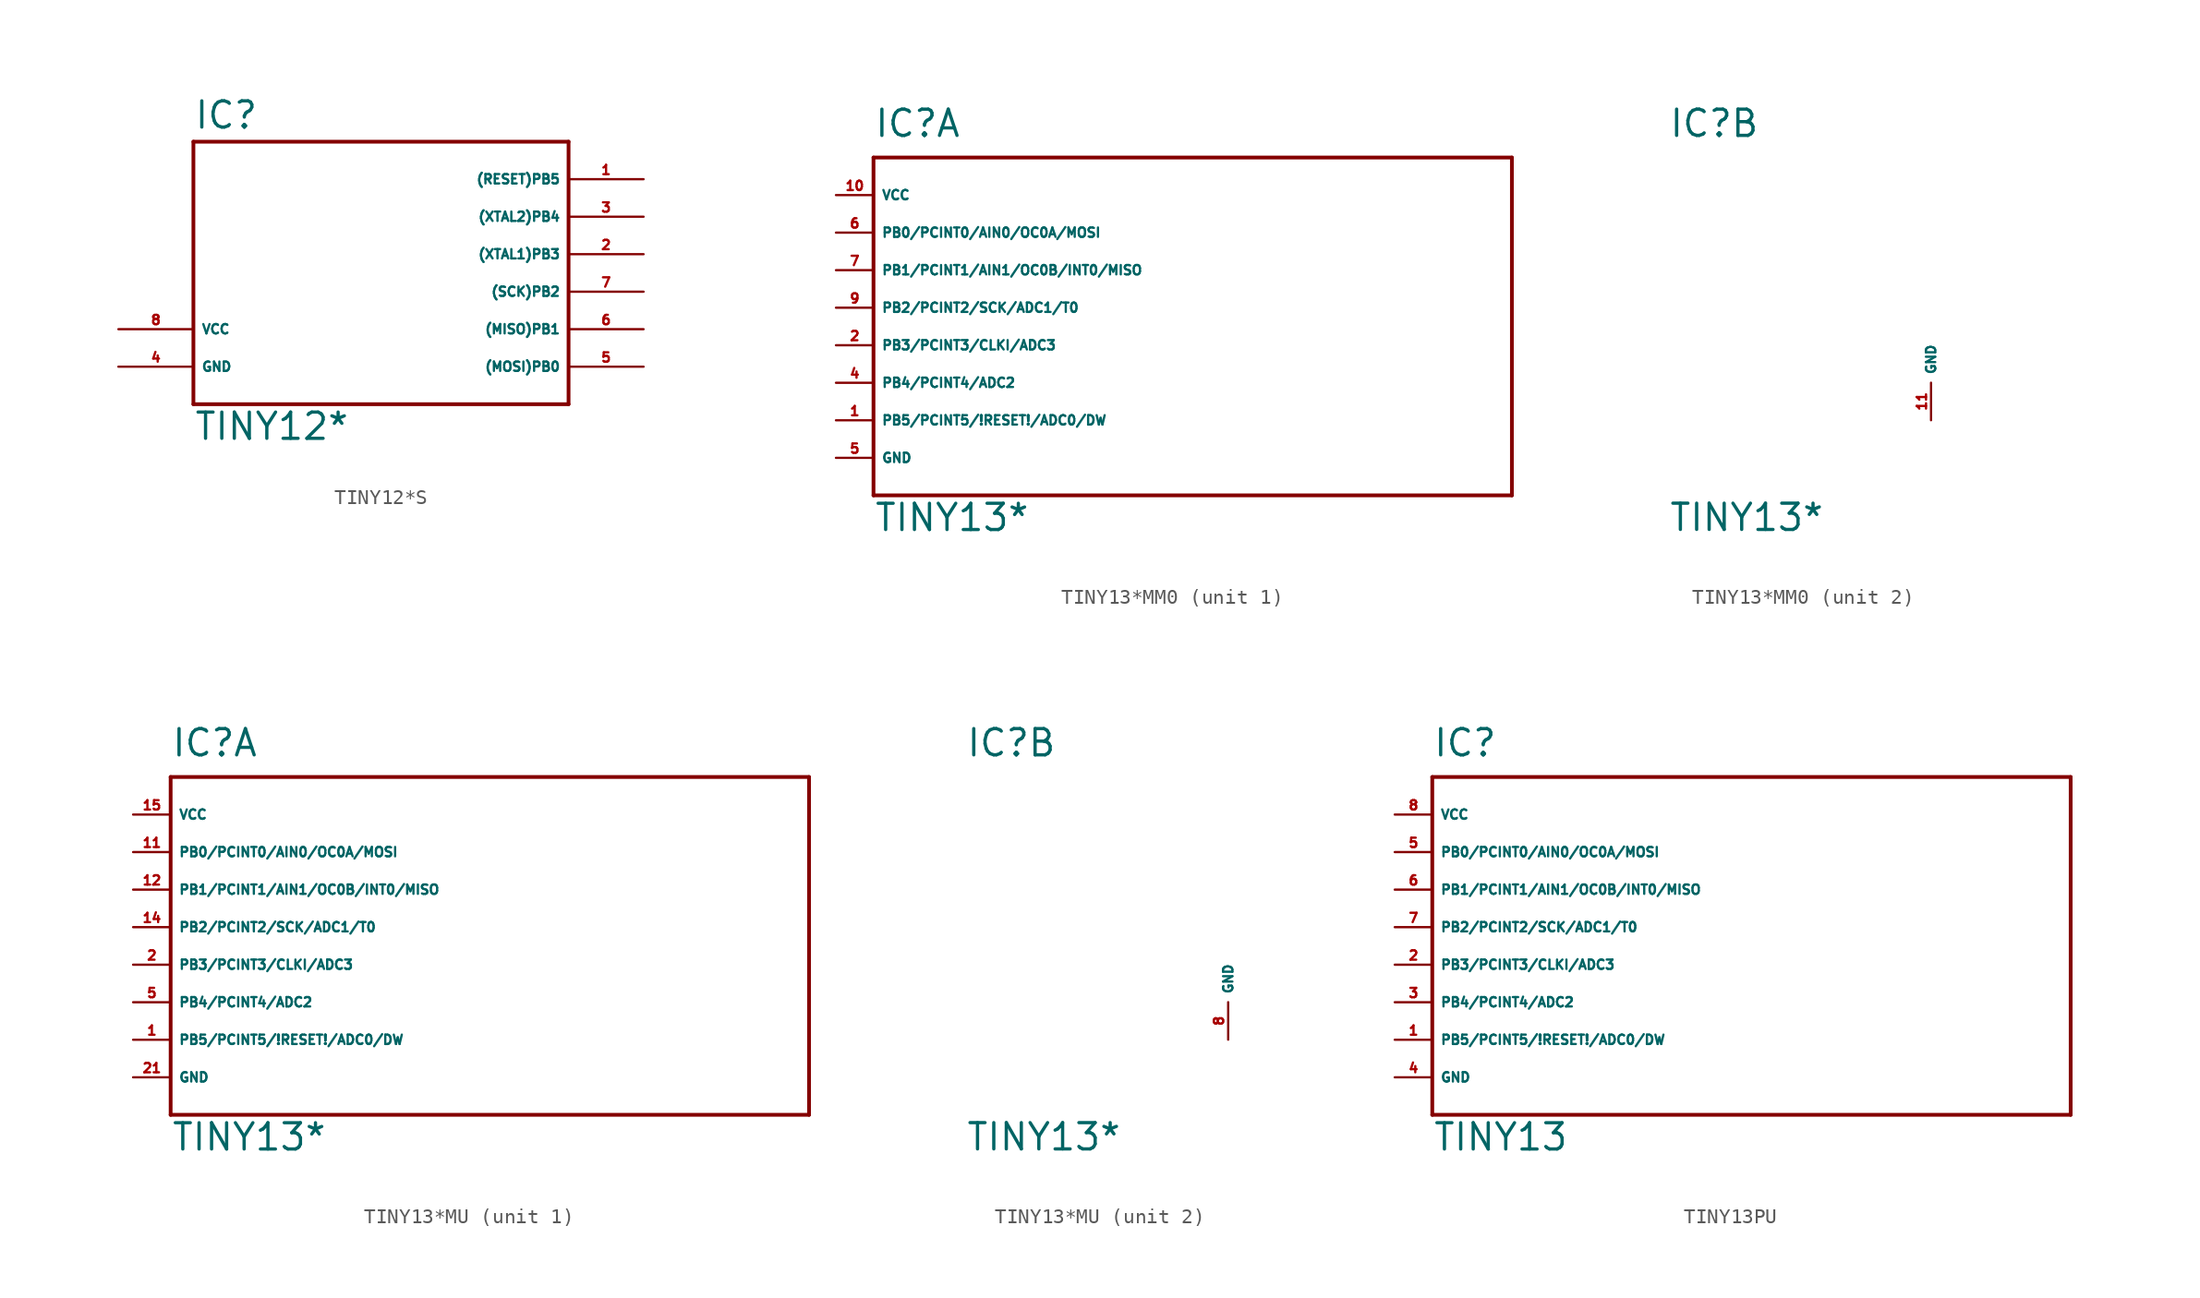
<source format=kicad_sym>
(kicad_symbol_lib
  (version 20220914)
  (generator Eagle2Kicad)
  (symbol "TINY12*S"
    (property "Reference" "IC"
      (at -12.7 8.382 0)
      (effects (font (size 1.778 1.778) (thickness 0.22)) (justify left bottom)))
    (property "Value" "TINY12*"
      (at -12.7 -12.7 0)
      (effects (font (size 1.778 1.778) (thickness 0.22)) (justify left bottom)))
    (polyline
      (pts (xy 12.7 -10.16) (xy -12.7 -10.16))
      (stroke (width 0.254) (type default))
      (fill (type none)))
    (polyline
      (pts (xy -12.7 -10.16) (xy -12.7 7.62))
      (stroke (width 0.254) (type default))
      (fill (type none)))
    (polyline
      (pts (xy -12.7 7.62) (xy 12.7 7.62))
      (stroke (width 0.254) (type default))
      (fill (type none)))
    (polyline
      (pts (xy 12.7 7.62) (xy 12.7 -10.16))
      (stroke (width 0.254) (type default))
      (fill (type none)))
    (pin bidirectional line
      (at 17.78 2.54 180)
      (length 5.08)
      (name "(XTAL2)PB4" (effects (font (size 0.635 0.635) (thickness 0.08)) (justify left bottom)))
      (number "3" (effects (font (size 0.635 0.635) (thickness 0.08)) (justify left bottom))))
    (pin bidirectional line
      (at 17.78 0 180)
      (length 5.08)
      (name "(XTAL1)PB3" (effects (font (size 0.635 0.635) (thickness 0.08)) (justify left bottom)))
      (number "2" (effects (font (size 0.635 0.635) (thickness 0.08)) (justify left bottom))))
    (pin bidirectional line
      (at 17.78 5.08 180)
      (length 5.08)
      (name "(RESET)PB5" (effects (font (size 0.635 0.635) (thickness 0.08)) (justify left bottom)))
      (number "1" (effects (font (size 0.635 0.635) (thickness 0.08)) (justify left bottom))))
    (pin bidirectional line
      (at 17.78 -2.54 180)
      (length 5.08)
      (name "(SCK)PB2" (effects (font (size 0.635 0.635) (thickness 0.08)) (justify left bottom)))
      (number "7" (effects (font (size 0.635 0.635) (thickness 0.08)) (justify left bottom))))
    (pin bidirectional line
      (at 17.78 -5.08 180)
      (length 5.08)
      (name "(MISO)PB1" (effects (font (size 0.635 0.635) (thickness 0.08)) (justify left bottom)))
      (number "6" (effects (font (size 0.635 0.635) (thickness 0.08)) (justify left bottom))))
    (pin bidirectional line
      (at 17.78 -7.62 180)
      (length 5.08)
      (name "(MOSI)PB0" (effects (font (size 0.635 0.635) (thickness 0.08)) (justify left bottom)))
      (number "5" (effects (font (size 0.635 0.635) (thickness 0.08)) (justify left bottom))))
    (pin unspecified line
      (at -17.78 -5.08 0)
      (length 5.08)
      (name "VCC" (effects (font (size 0.635 0.635) (thickness 0.08)) (justify left bottom)))
      (number "8" (effects (font (size 0.635 0.635) (thickness 0.08)) (justify left bottom))))
    (pin unspecified line
      (at -17.78 -7.62 0)
      (length 5.08)
      (name "GND" (effects (font (size 0.635 0.635) (thickness 0.08)) (justify left bottom)))
      (number "4" (effects (font (size 0.635 0.635) (thickness 0.08)) (justify left bottom)))))
  (symbol "TINY13*MM0"
    (property "Reference" "IC"
      (at -17.78 16.51 0)
      (effects (font (size 1.778 1.778) (thickness 0.22)) (justify left bottom)))
    (property "Value" "TINY13*"
      (at -17.78 -10.16 0)
      (effects (font (size 1.778 1.778) (thickness 0.22)) (justify left bottom)))
    (symbol "TINY13*MM0_1_0"
      (polyline (pts (xy -17.78 15.24) (xy 25.4 15.24)) (stroke (width 0.254) (type default)) (fill (type none)))
      (polyline (pts (xy 25.4 15.24) (xy 25.4 -7.62)) (stroke (width 0.254) (type default)) (fill (type none)))
      (polyline (pts (xy 25.4 -7.62) (xy -17.78 -7.62)) (stroke (width 0.254) (type default)) (fill (type none)))
      (polyline (pts (xy -17.78 -7.62) (xy -17.78 15.24)) (stroke (width 0.254) (type default)) (fill (type none)))
      (pin bidirectional line (at -20.32 -2.54 0) (length 2.54) (name "PB5/PCINT5/!RESET!/ADC0/DW" (effects (font (size 0.635 0.635) (thickness 0.08)) (justify left bottom))) (number "1" (effects (font (size 0.635 0.635) (thickness 0.08)) (justify left bottom))))
      (pin bidirectional line (at -20.32 2.54 0) (length 2.54) (name "PB3/PCINT3/CLKI/ADC3" (effects (font (size 0.635 0.635) (thickness 0.08)) (justify left bottom))) (number "2" (effects (font (size 0.635 0.635) (thickness 0.08)) (justify left bottom))))
      (pin bidirectional line (at -20.32 0 0) (length 2.54) (name "PB4/PCINT4/ADC2" (effects (font (size 0.635 0.635) (thickness 0.08)) (justify left bottom))) (number "4" (effects (font (size 0.635 0.635) (thickness 0.08)) (justify left bottom))))
      (pin bidirectional line (at -20.32 10.16 0) (length 2.54) (name "PB0/PCINT0/AIN0/OC0A/MOSI" (effects (font (size 0.635 0.635) (thickness 0.08)) (justify left bottom))) (number "6" (effects (font (size 0.635 0.635) (thickness 0.08)) (justify left bottom))))
      (pin bidirectional line (at -20.32 7.62 0) (length 2.54) (name "PB1/PCINT1/AIN1/OC0B/INT0/MISO" (effects (font (size 0.635 0.635) (thickness 0.08)) (justify left bottom))) (number "7" (effects (font (size 0.635 0.635) (thickness 0.08)) (justify left bottom))))
      (pin bidirectional line (at -20.32 5.08 0) (length 2.54) (name "PB2/PCINT2/SCK/ADC1/T0" (effects (font (size 0.635 0.635) (thickness 0.08)) (justify left bottom))) (number "9" (effects (font (size 0.635 0.635) (thickness 0.08)) (justify left bottom))))
      (pin unspecified line (at -20.32 12.7 0) (length 2.54) (name "VCC" (effects (font (size 0.635 0.635) (thickness 0.08)) (justify left bottom))) (number "10" (effects (font (size 0.635 0.635) (thickness 0.08)) (justify left bottom))))
      (pin unspecified line (at -20.32 -5.08 0) (length 2.54) (name "GND" (effects (font (size 0.635 0.635) (thickness 0.08)) (justify left bottom))) (number "5" (effects (font (size 0.635 0.635) (thickness 0.08)) (justify left bottom)))))
    (symbol "TINY13*MM0_2_0"
      (pin unspecified line (at 0 -2.54 90) (length 2.54) (name "GND" (effects (font (size 0.635 0.635) (thickness 0.08)) (justify left bottom))) (number "11" (effects (font (size 0.635 0.635) (thickness 0.08)) (justify left bottom))))))
  (symbol "TINY13*MU"
    (property "Reference" "IC"
      (at -17.78 16.51 0)
      (effects (font (size 1.778 1.778) (thickness 0.22)) (justify left bottom)))
    (property "Value" "TINY13*"
      (at -17.78 -10.16 0)
      (effects (font (size 1.778 1.778) (thickness 0.22)) (justify left bottom)))
    (symbol "TINY13*MU_1_0"
      (polyline (pts (xy -17.78 15.24) (xy 25.4 15.24)) (stroke (width 0.254) (type default)) (fill (type none)))
      (polyline (pts (xy 25.4 15.24) (xy 25.4 -7.62)) (stroke (width 0.254) (type default)) (fill (type none)))
      (polyline (pts (xy 25.4 -7.62) (xy -17.78 -7.62)) (stroke (width 0.254) (type default)) (fill (type none)))
      (polyline (pts (xy -17.78 -7.62) (xy -17.78 15.24)) (stroke (width 0.254) (type default)) (fill (type none)))
      (pin bidirectional line (at -20.32 -2.54 0) (length 2.54) (name "PB5/PCINT5/!RESET!/ADC0/DW" (effects (font (size 0.635 0.635) (thickness 0.08)) (justify left bottom))) (number "1" (effects (font (size 0.635 0.635) (thickness 0.08)) (justify left bottom))))
      (pin bidirectional line (at -20.32 2.54 0) (length 2.54) (name "PB3/PCINT3/CLKI/ADC3" (effects (font (size 0.635 0.635) (thickness 0.08)) (justify left bottom))) (number "2" (effects (font (size 0.635 0.635) (thickness 0.08)) (justify left bottom))))
      (pin bidirectional line (at -20.32 0 0) (length 2.54) (name "PB4/PCINT4/ADC2" (effects (font (size 0.635 0.635) (thickness 0.08)) (justify left bottom))) (number "5" (effects (font (size 0.635 0.635) (thickness 0.08)) (justify left bottom))))
      (pin bidirectional line (at -20.32 10.16 0) (length 2.54) (name "PB0/PCINT0/AIN0/OC0A/MOSI" (effects (font (size 0.635 0.635) (thickness 0.08)) (justify left bottom))) (number "11" (effects (font (size 0.635 0.635) (thickness 0.08)) (justify left bottom))))
      (pin bidirectional line (at -20.32 7.62 0) (length 2.54) (name "PB1/PCINT1/AIN1/OC0B/INT0/MISO" (effects (font (size 0.635 0.635) (thickness 0.08)) (justify left bottom))) (number "12" (effects (font (size 0.635 0.635) (thickness 0.08)) (justify left bottom))))
      (pin bidirectional line (at -20.32 5.08 0) (length 2.54) (name "PB2/PCINT2/SCK/ADC1/T0" (effects (font (size 0.635 0.635) (thickness 0.08)) (justify left bottom))) (number "14" (effects (font (size 0.635 0.635) (thickness 0.08)) (justify left bottom))))
      (pin unspecified line (at -20.32 12.7 0) (length 2.54) (name "VCC" (effects (font (size 0.635 0.635) (thickness 0.08)) (justify left bottom))) (number "15" (effects (font (size 0.635 0.635) (thickness 0.08)) (justify left bottom))))
      (pin unspecified line (at -20.32 -5.08 0) (length 2.54) (name "GND" (effects (font (size 0.635 0.635) (thickness 0.08)) (justify left bottom))) (number "21" (effects (font (size 0.635 0.635) (thickness 0.08)) (justify left bottom)))))
    (symbol "TINY13*MU_2_0"
      (pin unspecified line (at 0 -2.54 90) (length 2.54) (name "GND" (effects (font (size 0.635 0.635) (thickness 0.08)) (justify left bottom))) (number "8" (effects (font (size 0.635 0.635) (thickness 0.08)) (justify left bottom))))))
  (symbol "TINY13PU"
    (property "Reference" "IC"
      (at -17.78 16.51 0)
      (effects (font (size 1.778 1.778) (thickness 0.22)) (justify left bottom)))
    (property "Value" "TINY13"
      (at -17.78 -10.16 0)
      (effects (font (size 1.778 1.778) (thickness 0.22)) (justify left bottom)))
    (polyline
      (pts (xy -17.78 15.24) (xy 25.4 15.24))
      (stroke (width 0.254) (type default))
      (fill (type none)))
    (polyline
      (pts (xy 25.4 15.24) (xy 25.4 -7.62))
      (stroke (width 0.254) (type default))
      (fill (type none)))
    (polyline
      (pts (xy 25.4 -7.62) (xy -17.78 -7.62))
      (stroke (width 0.254) (type default))
      (fill (type none)))
    (polyline
      (pts (xy -17.78 -7.62) (xy -17.78 15.24))
      (stroke (width 0.254) (type default))
      (fill (type none)))
    (pin bidirectional line
      (at -20.32 -2.54 0)
      (length 2.54)
      (name "PB5/PCINT5/!RESET!/ADC0/DW" (effects (font (size 0.635 0.635) (thickness 0.08)) (justify left bottom)))
      (number "1" (effects (font (size 0.635 0.635) (thickness 0.08)) (justify left bottom))))
    (pin bidirectional line
      (at -20.32 2.54 0)
      (length 2.54)
      (name "PB3/PCINT3/CLKI/ADC3" (effects (font (size 0.635 0.635) (thickness 0.08)) (justify left bottom)))
      (number "2" (effects (font (size 0.635 0.635) (thickness 0.08)) (justify left bottom))))
    (pin bidirectional line
      (at -20.32 0 0)
      (length 2.54)
      (name "PB4/PCINT4/ADC2" (effects (font (size 0.635 0.635) (thickness 0.08)) (justify left bottom)))
      (number "3" (effects (font (size 0.635 0.635) (thickness 0.08)) (justify left bottom))))
    (pin bidirectional line
      (at -20.32 10.16 0)
      (length 2.54)
      (name "PB0/PCINT0/AIN0/OC0A/MOSI" (effects (font (size 0.635 0.635) (thickness 0.08)) (justify left bottom)))
      (number "5" (effects (font (size 0.635 0.635) (thickness 0.08)) (justify left bottom))))
    (pin bidirectional line
      (at -20.32 7.62 0)
      (length 2.54)
      (name "PB1/PCINT1/AIN1/OC0B/INT0/MISO" (effects (font (size 0.635 0.635) (thickness 0.08)) (justify left bottom)))
      (number "6" (effects (font (size 0.635 0.635) (thickness 0.08)) (justify left bottom))))
    (pin bidirectional line
      (at -20.32 5.08 0)
      (length 2.54)
      (name "PB2/PCINT2/SCK/ADC1/T0" (effects (font (size 0.635 0.635) (thickness 0.08)) (justify left bottom)))
      (number "7" (effects (font (size 0.635 0.635) (thickness 0.08)) (justify left bottom))))
    (pin unspecified line
      (at -20.32 12.7 0)
      (length 2.54)
      (name "VCC" (effects (font (size 0.635 0.635) (thickness 0.08)) (justify left bottom)))
      (number "8" (effects (font (size 0.635 0.635) (thickness 0.08)) (justify left bottom))))
    (pin unspecified line
      (at -20.32 -5.08 0)
      (length 2.54)
      (name "GND" (effects (font (size 0.635 0.635) (thickness 0.08)) (justify left bottom)))
      (number "4" (effects (font (size 0.635 0.635) (thickness 0.08)) (justify left bottom))))))
</source>
